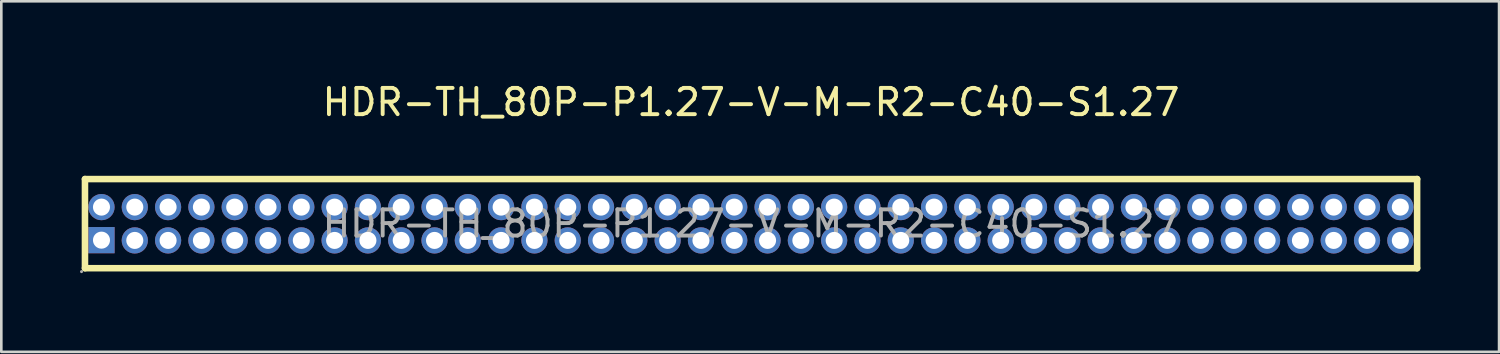
<source format=kicad_pcb>
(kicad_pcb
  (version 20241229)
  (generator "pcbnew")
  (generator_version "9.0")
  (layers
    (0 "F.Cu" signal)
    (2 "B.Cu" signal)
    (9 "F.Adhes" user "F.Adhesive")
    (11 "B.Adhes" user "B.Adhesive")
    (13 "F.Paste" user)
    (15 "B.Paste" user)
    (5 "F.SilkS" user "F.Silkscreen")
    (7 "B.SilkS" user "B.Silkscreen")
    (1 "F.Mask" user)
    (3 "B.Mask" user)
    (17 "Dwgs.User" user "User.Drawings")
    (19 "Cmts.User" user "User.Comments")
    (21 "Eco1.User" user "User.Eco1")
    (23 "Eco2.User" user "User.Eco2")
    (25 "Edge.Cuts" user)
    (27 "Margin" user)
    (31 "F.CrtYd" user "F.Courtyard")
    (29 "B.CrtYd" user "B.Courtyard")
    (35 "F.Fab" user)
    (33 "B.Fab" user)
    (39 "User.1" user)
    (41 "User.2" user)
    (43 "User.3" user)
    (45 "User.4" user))
  (footprint "HDR-TH_80P-P1.27-V-M-R2-C40-S1.27"
    (layer "F.Cu")
    (at 25.59 5.478)
    (property "Reference" "HDR-TH_80P-P1.27-V-M-R2-C40-S1.27" (at 0 -4.63 0) (layer "F.SilkS") (effects (font (size 1 1) (thickness 0.15))))
    (attr through_hole)
    (fp_line (start -25.4 -1.7) (end -25.4 1.7) (stroke (width 0.25) (type solid)) (layer "F.SilkS"))
    (fp_line (start 25.4 -1.7) (end -25.4 -1.7) (stroke (width 0.25) (type solid)) (layer "F.SilkS"))
    (fp_line (start 25.4 -1.7) (end 25.4 1.7) (stroke (width 0.25) (type solid)) (layer "F.SilkS"))
    (fp_line (start 25.4 1.7) (end -25.4 1.7) (stroke (width 0.25) (type solid)) (layer "F.SilkS"))
    (fp_circle (center -25.53 1.83) (end -25.5 1.83) (stroke (width 0.06) (type solid)) (fill no) (layer "F.Fab"))
    (fp_circle (center -24.77 -0.63) (end -24.66 -0.63) (stroke (width 0.22) (type solid)) (fill no) (layer "F.Fab"))
    (fp_circle (center -24.77 0.63) (end -24.66 0.63) (stroke (width 0.22) (type solid)) (fill no) (layer "F.Fab"))
    (fp_circle (center -23.5 -0.63) (end -23.39 -0.63) (stroke (width 0.22) (type solid)) (fill no) (layer "F.Fab"))
    (fp_circle (center -23.5 0.64) (end -23.39 0.64) (stroke (width 0.22) (type solid)) (fill no) (layer "F.Fab"))
    (fp_circle (center -22.23 -0.63) (end -22.12 -0.63) (stroke (width 0.22) (type solid)) (fill no) (layer "F.Fab"))
    (fp_circle (center -22.23 0.64) (end -22.12 0.64) (stroke (width 0.22) (type solid)) (fill no) (layer "F.Fab"))
    (fp_circle (center -20.96 -0.63) (end -20.85 -0.63) (stroke (width 0.22) (type solid)) (fill no) (layer "F.Fab"))
    (fp_circle (center -20.96 0.64) (end -20.85 0.64) (stroke (width 0.22) (type solid)) (fill no) (layer "F.Fab"))
    (fp_circle (center -19.69 -0.63) (end -19.58 -0.63) (stroke (width 0.22) (type solid)) (fill no) (layer "F.Fab"))
    (fp_circle (center -19.69 0.64) (end -19.58 0.64) (stroke (width 0.22) (type solid)) (fill no) (layer "F.Fab"))
    (fp_circle (center -18.42 -0.63) (end -18.31 -0.63) (stroke (width 0.22) (type solid)) (fill no) (layer "F.Fab"))
    (fp_circle (center -18.42 0.64) (end -18.31 0.64) (stroke (width 0.22) (type solid)) (fill no) (layer "F.Fab"))
    (fp_circle (center -17.15 -0.63) (end -17.04 -0.63) (stroke (width 0.22) (type solid)) (fill no) (layer "F.Fab"))
    (fp_circle (center -17.15 0.64) (end -17.04 0.64) (stroke (width 0.22) (type solid)) (fill no) (layer "F.Fab"))
    (fp_circle (center -15.88 -0.63) (end -15.77 -0.63) (stroke (width 0.22) (type solid)) (fill no) (layer "F.Fab"))
    (fp_circle (center -15.88 0.64) (end -15.77 0.64) (stroke (width 0.22) (type solid)) (fill no) (layer "F.Fab"))
    (fp_circle (center -14.61 -0.63) (end -14.5 -0.63) (stroke (width 0.22) (type solid)) (fill no) (layer "F.Fab"))
    (fp_circle (center -14.61 0.64) (end -14.5 0.64) (stroke (width 0.22) (type solid)) (fill no) (layer "F.Fab"))
    (fp_circle (center -13.34 -0.63) (end -13.23 -0.63) (stroke (width 0.22) (type solid)) (fill no) (layer "F.Fab"))
    (fp_circle (center -13.34 0.64) (end -13.23 0.64) (stroke (width 0.22) (type solid)) (fill no) (layer "F.Fab"))
    (fp_circle (center -12.07 -0.63) (end -11.96 -0.63) (stroke (width 0.22) (type solid)) (fill no) (layer "F.Fab"))
    (fp_circle (center -12.07 0.64) (end -11.96 0.64) (stroke (width 0.22) (type solid)) (fill no) (layer "F.Fab"))
    (fp_circle (center -10.8 -0.63) (end -10.69 -0.63) (stroke (width 0.22) (type solid)) (fill no) (layer "F.Fab"))
    (fp_circle (center -10.8 0.64) (end -10.69 0.64) (stroke (width 0.22) (type solid)) (fill no) (layer "F.Fab"))
    (fp_circle (center -9.53 -0.63) (end -9.42 -0.63) (stroke (width 0.22) (type solid)) (fill no) (layer "F.Fab"))
    (fp_circle (center -9.53 0.64) (end -9.42 0.64) (stroke (width 0.22) (type solid)) (fill no) (layer "F.Fab"))
    (fp_circle (center -8.26 -0.63) (end -8.15 -0.63) (stroke (width 0.22) (type solid)) (fill no) (layer "F.Fab"))
    (fp_circle (center -8.26 0.64) (end -8.15 0.64) (stroke (width 0.22) (type solid)) (fill no) (layer "F.Fab"))
    (fp_circle (center -6.99 -0.63) (end -6.88 -0.63) (stroke (width 0.22) (type solid)) (fill no) (layer "F.Fab"))
    (fp_circle (center -6.99 0.64) (end -6.88 0.64) (stroke (width 0.22) (type solid)) (fill no) (layer "F.Fab"))
    (fp_circle (center -5.72 -0.63) (end -5.61 -0.63) (stroke (width 0.22) (type solid)) (fill no) (layer "F.Fab"))
    (fp_circle (center -5.72 0.64) (end -5.61 0.64) (stroke (width 0.22) (type solid)) (fill no) (layer "F.Fab"))
    (fp_circle (center -4.45 -0.63) (end -4.34 -0.63) (stroke (width 0.22) (type solid)) (fill no) (layer "F.Fab"))
    (fp_circle (center -4.45 0.64) (end -4.34 0.64) (stroke (width 0.22) (type solid)) (fill no) (layer "F.Fab"))
    (fp_circle (center -3.18 -0.63) (end -3.07 -0.63) (stroke (width 0.22) (type solid)) (fill no) (layer "F.Fab"))
    (fp_circle (center -3.18 0.64) (end -3.07 0.64) (stroke (width 0.22) (type solid)) (fill no) (layer "F.Fab"))
    (fp_circle (center -1.91 -0.63) (end -1.8 -0.63) (stroke (width 0.22) (type solid)) (fill no) (layer "F.Fab"))
    (fp_circle (center -1.91 0.64) (end -1.8 0.64) (stroke (width 0.22) (type solid)) (fill no) (layer "F.Fab"))
    (fp_circle (center -0.64 -0.63) (end -0.53 -0.63) (stroke (width 0.22) (type solid)) (fill no) (layer "F.Fab"))
    (fp_circle (center -0.64 0.64) (end -0.53 0.64) (stroke (width 0.22) (type solid)) (fill no) (layer "F.Fab"))
    (fp_circle (center 0.63 -0.63) (end 0.74 -0.63) (stroke (width 0.22) (type solid)) (fill no) (layer "F.Fab"))
    (fp_circle (center 0.63 0.64) (end 0.74 0.64) (stroke (width 0.22) (type solid)) (fill no) (layer "F.Fab"))
    (fp_circle (center 1.9 -0.63) (end 2.01 -0.63) (stroke (width 0.22) (type solid)) (fill no) (layer "F.Fab"))
    (fp_circle (center 1.9 0.64) (end 2.01 0.64) (stroke (width 0.22) (type solid)) (fill no) (layer "F.Fab"))
    (fp_circle (center 3.17 -0.63) (end 3.28 -0.63) (stroke (width 0.22) (type solid)) (fill no) (layer "F.Fab"))
    (fp_circle (center 3.17 0.64) (end 3.28 0.64) (stroke (width 0.22) (type solid)) (fill no) (layer "F.Fab"))
    (fp_circle (center 4.44 -0.63) (end 4.55 -0.63) (stroke (width 0.22) (type solid)) (fill no) (layer "F.Fab"))
    (fp_circle (center 4.44 0.64) (end 4.55 0.64) (stroke (width 0.22) (type solid)) (fill no) (layer "F.Fab"))
    (fp_circle (center 5.71 -0.63) (end 5.82 -0.63) (stroke (width 0.22) (type solid)) (fill no) (layer "F.Fab"))
    (fp_circle (center 5.71 0.64) (end 5.82 0.64) (stroke (width 0.22) (type solid)) (fill no) (layer "F.Fab"))
    (fp_circle (center 6.98 -0.63) (end 7.09 -0.63) (stroke (width 0.22) (type solid)) (fill no) (layer "F.Fab"))
    (fp_circle (center 6.98 0.64) (end 7.09 0.64) (stroke (width 0.22) (type solid)) (fill no) (layer "F.Fab"))
    (fp_circle (center 8.25 -0.63) (end 8.36 -0.63) (stroke (width 0.22) (type solid)) (fill no) (layer "F.Fab"))
    (fp_circle (center 8.25 0.64) (end 8.36 0.64) (stroke (width 0.22) (type solid)) (fill no) (layer "F.Fab"))
    (fp_circle (center 9.52 -0.63) (end 9.63 -0.63) (stroke (width 0.22) (type solid)) (fill no) (layer "F.Fab"))
    (fp_circle (center 9.52 0.64) (end 9.63 0.64) (stroke (width 0.22) (type solid)) (fill no) (layer "F.Fab"))
    (fp_circle (center 10.79 -0.63) (end 10.9 -0.63) (stroke (width 0.22) (type solid)) (fill no) (layer "F.Fab"))
    (fp_circle (center 10.79 0.64) (end 10.9 0.64) (stroke (width 0.22) (type solid)) (fill no) (layer "F.Fab"))
    (fp_circle (center 12.06 -0.63) (end 12.17 -0.63) (stroke (width 0.22) (type solid)) (fill no) (layer "F.Fab"))
    (fp_circle (center 12.06 0.64) (end 12.17 0.64) (stroke (width 0.22) (type solid)) (fill no) (layer "F.Fab"))
    (fp_circle (center 13.33 -0.63) (end 13.44 -0.63) (stroke (width 0.22) (type solid)) (fill no) (layer "F.Fab"))
    (fp_circle (center 13.33 0.64) (end 13.44 0.64) (stroke (width 0.22) (type solid)) (fill no) (layer "F.Fab"))
    (fp_circle (center 14.6 -0.63) (end 14.71 -0.63) (stroke (width 0.22) (type solid)) (fill no) (layer "F.Fab"))
    (fp_circle (center 14.6 0.64) (end 14.71 0.64) (stroke (width 0.22) (type solid)) (fill no) (layer "F.Fab"))
    (fp_circle (center 15.87 -0.63) (end 15.98 -0.63) (stroke (width 0.22) (type solid)) (fill no) (layer "F.Fab"))
    (fp_circle (center 15.87 0.64) (end 15.98 0.64) (stroke (width 0.22) (type solid)) (fill no) (layer "F.Fab"))
    (fp_circle (center 17.14 -0.63) (end 17.25 -0.63) (stroke (width 0.22) (type solid)) (fill no) (layer "F.Fab"))
    (fp_circle (center 17.14 0.64) (end 17.25 0.64) (stroke (width 0.22) (type solid)) (fill no) (layer "F.Fab"))
    (fp_circle (center 18.41 -0.63) (end 18.52 -0.63) (stroke (width 0.22) (type solid)) (fill no) (layer "F.Fab"))
    (fp_circle (center 18.41 0.64) (end 18.52 0.64) (stroke (width 0.22) (type solid)) (fill no) (layer "F.Fab"))
    (fp_circle (center 19.68 -0.63) (end 19.79 -0.63) (stroke (width 0.22) (type solid)) (fill no) (layer "F.Fab"))
    (fp_circle (center 19.68 0.64) (end 19.79 0.64) (stroke (width 0.22) (type solid)) (fill no) (layer "F.Fab"))
    (fp_circle (center 20.95 -0.63) (end 21.06 -0.63) (stroke (width 0.22) (type solid)) (fill no) (layer "F.Fab"))
    (fp_circle (center 20.95 0.64) (end 21.06 0.64) (stroke (width 0.22) (type solid)) (fill no) (layer "F.Fab"))
    (fp_circle (center 22.22 -0.63) (end 22.33 -0.63) (stroke (width 0.22) (type solid)) (fill no) (layer "F.Fab"))
    (fp_circle (center 22.22 0.64) (end 22.33 0.64) (stroke (width 0.22) (type solid)) (fill no) (layer "F.Fab"))
    (fp_circle (center 23.49 -0.63) (end 23.6 -0.63) (stroke (width 0.22) (type solid)) (fill no) (layer "F.Fab"))
    (fp_circle (center 23.49 0.64) (end 23.6 0.64) (stroke (width 0.22) (type solid)) (fill no) (layer "F.Fab"))
    (fp_circle (center 24.76 -0.63) (end 24.87 -0.63) (stroke (width 0.22) (type solid)) (fill no) (layer "F.Fab"))
    (fp_circle (center 24.76 0.64) (end 24.87 0.64) (stroke (width 0.22) (type solid)) (fill no) (layer "F.Fab"))
    (fp_text user "${REFERENCE}" (at 0 0 0) (layer "F.Fab") (effects (font (size 1 1) (thickness 0.15))))
    (pad "1" thru_hole rect (at -24.77 0.63) (size 1 1) (drill 0.65) (layers "*.Cu" "*.Paste" "*.Mask"))
    (pad "2" thru_hole circle (at -24.77 -0.63) (size 1 1) (drill 0.65) (layers "*.Cu" "*.Paste" "*.Mask"))
    (pad "3" thru_hole circle (at -23.5 0.64) (size 1 1) (drill 0.65) (layers "*.Cu" "*.Paste" "*.Mask"))
    (pad "4" thru_hole circle (at -23.5 -0.63) (size 1 1) (drill 0.65) (layers "*.Cu" "*.Paste" "*.Mask"))
    (pad "5" thru_hole circle (at -22.23 0.64) (size 1 1) (drill 0.65) (layers "*.Cu" "*.Paste" "*.Mask"))
    (pad "6" thru_hole circle (at -22.23 -0.63) (size 1 1) (drill 0.65) (layers "*.Cu" "*.Paste" "*.Mask"))
    (pad "7" thru_hole circle (at -20.96 0.64) (size 1 1) (drill 0.65) (layers "*.Cu" "*.Paste" "*.Mask"))
    (pad "8" thru_hole circle (at -20.96 -0.63) (size 1 1) (drill 0.65) (layers "*.Cu" "*.Paste" "*.Mask"))
    (pad "9" thru_hole circle (at -19.69 0.64) (size 1 1) (drill 0.65) (layers "*.Cu" "*.Paste" "*.Mask"))
    (pad "10" thru_hole circle (at -19.69 -0.63) (size 1 1) (drill 0.65) (layers "*.Cu" "*.Paste" "*.Mask"))
    (pad "11" thru_hole circle (at -18.42 0.64) (size 1 1) (drill 0.65) (layers "*.Cu" "*.Paste" "*.Mask"))
    (pad "12" thru_hole circle (at -18.42 -0.63) (size 1 1) (drill 0.65) (layers "*.Cu" "*.Paste" "*.Mask"))
    (pad "13" thru_hole circle (at -17.15 0.64) (size 1 1) (drill 0.65) (layers "*.Cu" "*.Paste" "*.Mask"))
    (pad "14" thru_hole circle (at -17.15 -0.63) (size 1 1) (drill 0.65) (layers "*.Cu" "*.Paste" "*.Mask"))
    (pad "15" thru_hole circle (at -15.88 0.64) (size 1 1) (drill 0.65) (layers "*.Cu" "*.Paste" "*.Mask"))
    (pad "16" thru_hole circle (at -15.88 -0.63) (size 1 1) (drill 0.65) (layers "*.Cu" "*.Paste" "*.Mask"))
    (pad "17" thru_hole circle (at -14.61 0.64) (size 1 1) (drill 0.65) (layers "*.Cu" "*.Paste" "*.Mask"))
    (pad "18" thru_hole circle (at -14.61 -0.63) (size 1 1) (drill 0.65) (layers "*.Cu" "*.Paste" "*.Mask"))
    (pad "19" thru_hole circle (at -13.34 0.64) (size 1 1) (drill 0.65) (layers "*.Cu" "*.Paste" "*.Mask"))
    (pad "20" thru_hole circle (at -13.34 -0.63) (size 1 1) (drill 0.65) (layers "*.Cu" "*.Paste" "*.Mask"))
    (pad "21" thru_hole circle (at -12.07 0.64) (size 1 1) (drill 0.65) (layers "*.Cu" "*.Paste" "*.Mask"))
    (pad "22" thru_hole circle (at -12.07 -0.63) (size 1 1) (drill 0.65) (layers "*.Cu" "*.Paste" "*.Mask"))
    (pad "23" thru_hole circle (at -10.8 0.64) (size 1 1) (drill 0.65) (layers "*.Cu" "*.Paste" "*.Mask"))
    (pad "24" thru_hole circle (at -10.8 -0.63) (size 1 1) (drill 0.65) (layers "*.Cu" "*.Paste" "*.Mask"))
    (pad "25" thru_hole circle (at -9.53 0.64) (size 1 1) (drill 0.65) (layers "*.Cu" "*.Paste" "*.Mask"))
    (pad "26" thru_hole circle (at -9.53 -0.63) (size 1 1) (drill 0.65) (layers "*.Cu" "*.Paste" "*.Mask"))
    (pad "27" thru_hole circle (at -8.26 0.64) (size 1 1) (drill 0.65) (layers "*.Cu" "*.Paste" "*.Mask"))
    (pad "28" thru_hole circle (at -8.26 -0.63) (size 1 1) (drill 0.65) (layers "*.Cu" "*.Paste" "*.Mask"))
    (pad "29" thru_hole circle (at -6.99 0.64) (size 1 1) (drill 0.65) (layers "*.Cu" "*.Paste" "*.Mask"))
    (pad "30" thru_hole circle (at -6.99 -0.63) (size 1 1) (drill 0.65) (layers "*.Cu" "*.Paste" "*.Mask"))
    (pad "31" thru_hole circle (at -5.72 0.64) (size 1 1) (drill 0.65) (layers "*.Cu" "*.Paste" "*.Mask"))
    (pad "32" thru_hole circle (at -5.72 -0.63) (size 1 1) (drill 0.65) (layers "*.Cu" "*.Paste" "*.Mask"))
    (pad "33" thru_hole circle (at -4.45 0.64) (size 1 1) (drill 0.65) (layers "*.Cu" "*.Paste" "*.Mask"))
    (pad "34" thru_hole circle (at -4.45 -0.63) (size 1 1) (drill 0.65) (layers "*.Cu" "*.Paste" "*.Mask"))
    (pad "35" thru_hole circle (at -3.18 0.64) (size 1 1) (drill 0.65) (layers "*.Cu" "*.Paste" "*.Mask"))
    (pad "36" thru_hole circle (at -3.18 -0.63) (size 1 1) (drill 0.65) (layers "*.Cu" "*.Paste" "*.Mask"))
    (pad "37" thru_hole circle (at -1.91 0.64) (size 1 1) (drill 0.65) (layers "*.Cu" "*.Paste" "*.Mask"))
    (pad "38" thru_hole circle (at -1.91 -0.63) (size 1 1) (drill 0.65) (layers "*.Cu" "*.Paste" "*.Mask"))
    (pad "39" thru_hole circle (at -0.64 0.64) (size 1 1) (drill 0.65) (layers "*.Cu" "*.Paste" "*.Mask"))
    (pad "40" thru_hole circle (at -0.64 -0.63) (size 1 1) (drill 0.65) (layers "*.Cu" "*.Paste" "*.Mask"))
    (pad "41" thru_hole circle (at 0.63 0.64) (size 1 1) (drill 0.65) (layers "*.Cu" "*.Paste" "*.Mask"))
    (pad "42" thru_hole circle (at 0.63 -0.63) (size 1 1) (drill 0.65) (layers "*.Cu" "*.Paste" "*.Mask"))
    (pad "43" thru_hole circle (at 1.9 0.64) (size 1 1) (drill 0.65) (layers "*.Cu" "*.Paste" "*.Mask"))
    (pad "44" thru_hole circle (at 1.9 -0.63) (size 1 1) (drill 0.65) (layers "*.Cu" "*.Paste" "*.Mask"))
    (pad "45" thru_hole circle (at 3.17 0.64) (size 1 1) (drill 0.65) (layers "*.Cu" "*.Paste" "*.Mask"))
    (pad "46" thru_hole circle (at 3.17 -0.63) (size 1 1) (drill 0.65) (layers "*.Cu" "*.Paste" "*.Mask"))
    (pad "47" thru_hole circle (at 4.44 0.64) (size 1 1) (drill 0.65) (layers "*.Cu" "*.Paste" "*.Mask"))
    (pad "48" thru_hole circle (at 4.44 -0.63) (size 1 1) (drill 0.65) (layers "*.Cu" "*.Paste" "*.Mask"))
    (pad "49" thru_hole circle (at 5.71 0.64) (size 1 1) (drill 0.65) (layers "*.Cu" "*.Paste" "*.Mask"))
    (pad "50" thru_hole circle (at 5.71 -0.63) (size 1 1) (drill 0.65) (layers "*.Cu" "*.Paste" "*.Mask"))
    (pad "51" thru_hole circle (at 6.98 0.64) (size 1 1) (drill 0.65) (layers "*.Cu" "*.Paste" "*.Mask"))
    (pad "52" thru_hole circle (at 6.98 -0.63) (size 1 1) (drill 0.65) (layers "*.Cu" "*.Paste" "*.Mask"))
    (pad "53" thru_hole circle (at 8.25 0.64) (size 1 1) (drill 0.65) (layers "*.Cu" "*.Paste" "*.Mask"))
    (pad "54" thru_hole circle (at 8.25 -0.63) (size 1 1) (drill 0.65) (layers "*.Cu" "*.Paste" "*.Mask"))
    (pad "55" thru_hole circle (at 9.52 0.64) (size 1 1) (drill 0.65) (layers "*.Cu" "*.Paste" "*.Mask"))
    (pad "56" thru_hole circle (at 9.52 -0.63) (size 1 1) (drill 0.65) (layers "*.Cu" "*.Paste" "*.Mask"))
    (pad "57" thru_hole circle (at 10.79 0.64) (size 1 1) (drill 0.65) (layers "*.Cu" "*.Paste" "*.Mask"))
    (pad "58" thru_hole circle (at 10.79 -0.63) (size 1 1) (drill 0.65) (layers "*.Cu" "*.Paste" "*.Mask"))
    (pad "59" thru_hole circle (at 12.06 0.64) (size 1 1) (drill 0.65) (layers "*.Cu" "*.Paste" "*.Mask"))
    (pad "60" thru_hole circle (at 12.06 -0.63) (size 1 1) (drill 0.65) (layers "*.Cu" "*.Paste" "*.Mask"))
    (pad "61" thru_hole circle (at 13.33 0.64) (size 1 1) (drill 0.65) (layers "*.Cu" "*.Paste" "*.Mask"))
    (pad "62" thru_hole circle (at 13.33 -0.63) (size 1 1) (drill 0.65) (layers "*.Cu" "*.Paste" "*.Mask"))
    (pad "63" thru_hole circle (at 14.6 0.64) (size 1 1) (drill 0.65) (layers "*.Cu" "*.Paste" "*.Mask"))
    (pad "64" thru_hole circle (at 14.6 -0.63) (size 1 1) (drill 0.65) (layers "*.Cu" "*.Paste" "*.Mask"))
    (pad "65" thru_hole circle (at 15.87 0.64) (size 1 1) (drill 0.65) (layers "*.Cu" "*.Paste" "*.Mask"))
    (pad "66" thru_hole circle (at 15.87 -0.63) (size 1 1) (drill 0.65) (layers "*.Cu" "*.Paste" "*.Mask"))
    (pad "67" thru_hole circle (at 17.14 0.64) (size 1 1) (drill 0.65) (layers "*.Cu" "*.Paste" "*.Mask"))
    (pad "68" thru_hole circle (at 17.14 -0.63) (size 1 1) (drill 0.65) (layers "*.Cu" "*.Paste" "*.Mask"))
    (pad "69" thru_hole circle (at 18.41 0.64) (size 1 1) (drill 0.65) (layers "*.Cu" "*.Paste" "*.Mask"))
    (pad "70" thru_hole circle (at 18.41 -0.63) (size 1 1) (drill 0.65) (layers "*.Cu" "*.Paste" "*.Mask"))
    (pad "71" thru_hole circle (at 19.68 0.64) (size 1 1) (drill 0.65) (layers "*.Cu" "*.Paste" "*.Mask"))
    (pad "72" thru_hole circle (at 19.68 -0.63) (size 1 1) (drill 0.65) (layers "*.Cu" "*.Paste" "*.Mask"))
    (pad "73" thru_hole circle (at 20.95 0.64) (size 1 1) (drill 0.65) (layers "*.Cu" "*.Paste" "*.Mask"))
    (pad "74" thru_hole circle (at 20.95 -0.63) (size 1 1) (drill 0.65) (layers "*.Cu" "*.Paste" "*.Mask"))
    (pad "75" thru_hole circle (at 22.22 0.64) (size 1 1) (drill 0.65) (layers "*.Cu" "*.Paste" "*.Mask"))
    (pad "76" thru_hole circle (at 22.22 -0.63) (size 1 1) (drill 0.65) (layers "*.Cu" "*.Paste" "*.Mask"))
    (pad "77" thru_hole circle (at 23.49 0.64) (size 1 1) (drill 0.65) (layers "*.Cu" "*.Paste" "*.Mask"))
    (pad "78" thru_hole circle (at 23.49 -0.63) (size 1 1) (drill 0.65) (layers "*.Cu" "*.Paste" "*.Mask"))
    (pad "79" thru_hole circle (at 24.76 0.64) (size 1 1) (drill 0.65) (layers "*.Cu" "*.Paste" "*.Mask"))
    (pad "80" thru_hole circle (at 24.76 -0.63) (size 1 1) (drill 0.65) (layers "*.Cu" "*.Paste" "*.Mask")))
  (gr_rect
    (start -3 -3)
    (end 54.115 10.368)
    (stroke (width 0.1) (type default))
    (fill no)
    (layer "Edge.Cuts")))
</source>
